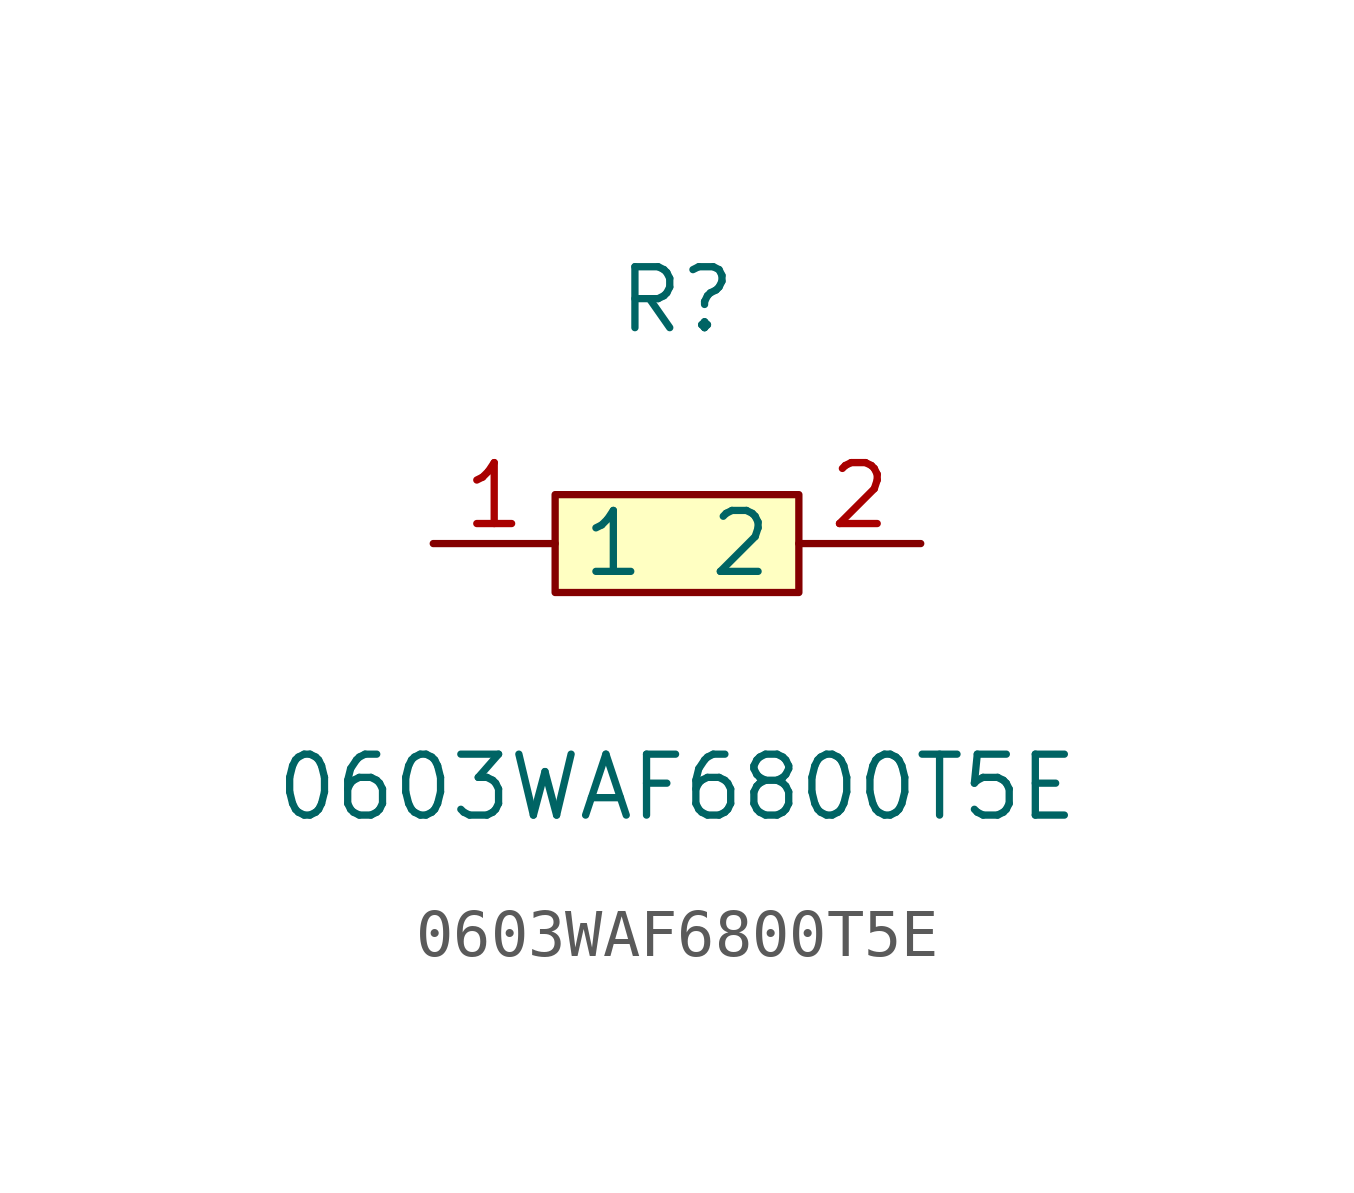
<source format=kicad_sym>
(kicad_symbol_lib
  (version 1)
  (generator "faebryk")
  (symbol "0603WAF6800T5E"
    (property "Reference" "R"
      (at 0 5.08 0)
      (effects (font (size 1.27 1.27)) (hide no)))
    (property "Value" "0603WAF6800T5E"
      (at 0 -5.08 0)
      (effects (font (size 1.27 1.27)) (hide no)))
    (symbol "0603WAF6800T5E_0_1"
      (rectangle (start -2.54 1.02) (end 2.54 -1.02) (stroke (width 0) (type default) (color 0 0 0 0)) (fill (type background)))
      (pin input line (at 5.08 0 180) (length 2.54) (name "2" (effects (font (size 1.27 1.27)) (hide no))) (number "2" (effects (font (size 1.27 1.27)) (hide no))))
      (pin input line (at -5.08 0 0) (length 2.54) (name "1" (effects (font (size 1.27 1.27)) (hide no))) (number "1" (effects (font (size 1.27 1.27)) (hide no)))))))
</source>
